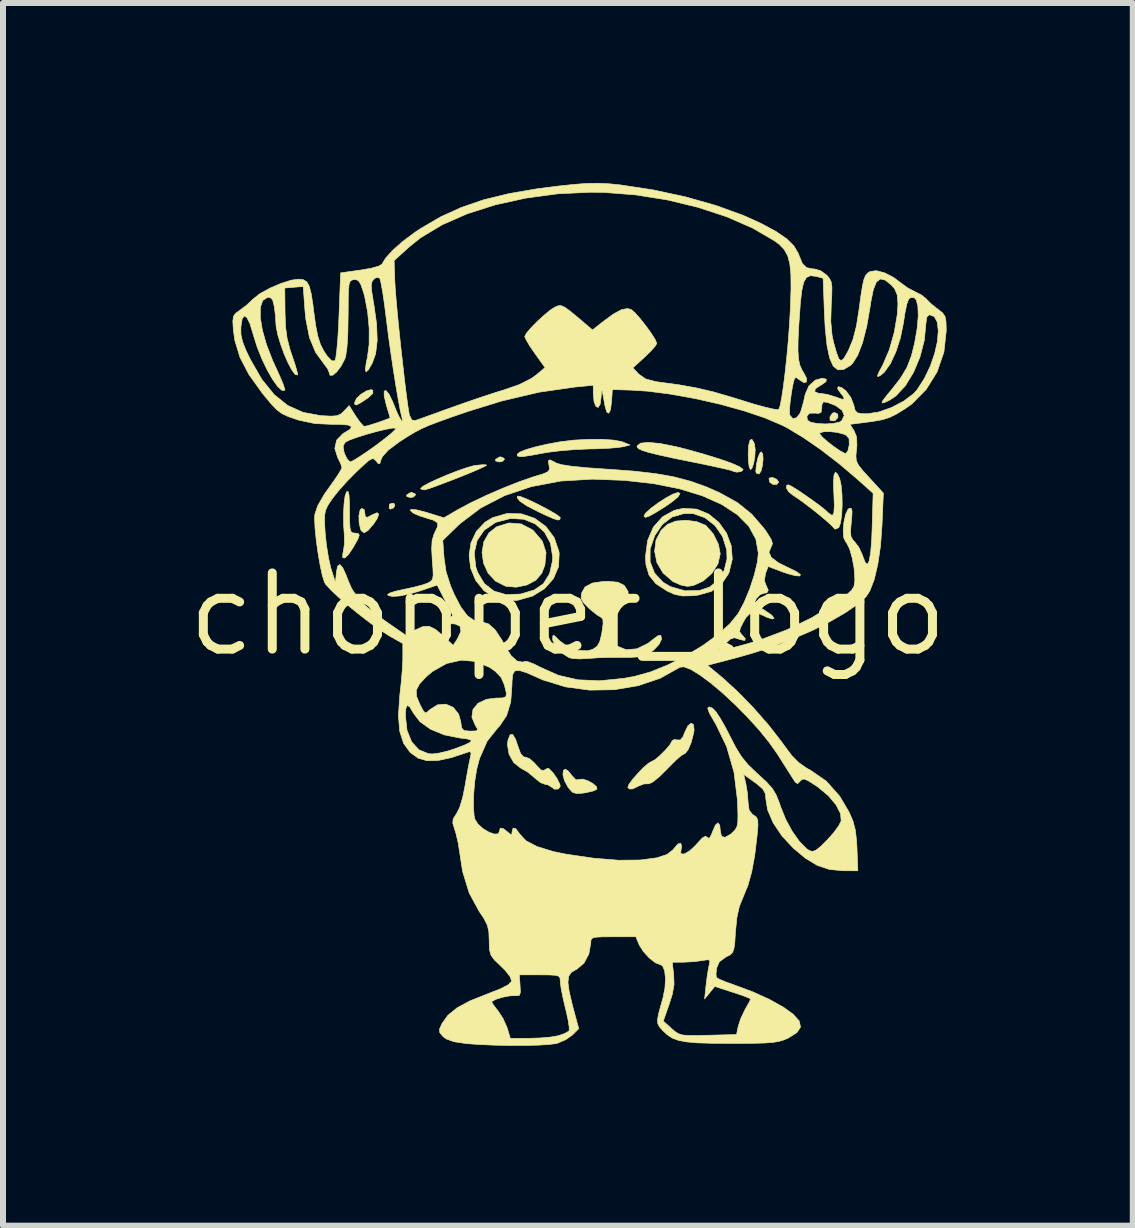
<source format=kicad_pcb>
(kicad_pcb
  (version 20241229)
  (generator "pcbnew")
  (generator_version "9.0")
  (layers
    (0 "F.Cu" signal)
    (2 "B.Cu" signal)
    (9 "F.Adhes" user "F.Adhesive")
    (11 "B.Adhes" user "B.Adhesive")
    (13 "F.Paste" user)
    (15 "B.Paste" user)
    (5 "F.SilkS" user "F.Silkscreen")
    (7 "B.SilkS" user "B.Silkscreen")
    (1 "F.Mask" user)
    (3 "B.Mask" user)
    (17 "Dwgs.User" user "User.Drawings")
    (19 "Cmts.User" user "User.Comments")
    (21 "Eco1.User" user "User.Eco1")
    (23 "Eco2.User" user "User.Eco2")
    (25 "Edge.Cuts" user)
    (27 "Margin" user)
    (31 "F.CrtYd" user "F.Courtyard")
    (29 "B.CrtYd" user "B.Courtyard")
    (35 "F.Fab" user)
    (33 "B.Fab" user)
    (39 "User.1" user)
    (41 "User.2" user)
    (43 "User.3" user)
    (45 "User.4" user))
  (footprint "chopper_logo"
    (layer "F.Cu")
    (at 6.418 7.192)
    (property "Reference" "chopper_logo" (at 0 0 0) (layer "F.SilkS") (effects (font (size 1.27 1.27) (thickness 0.15))))
    (attr through_hole)
    (fp_poly (pts (xy -2.885 -1.812) (xy -2.908 -1.774) (xy -2.962 -1.753) (xy -2.98 -1.771) (xy -2.977 -1.829) (xy -2.961 -1.843) (xy -2.901 -1.853) (xy -2.885 -1.812)) (stroke (width 0.01) (type solid)) (fill yes) (layer "F.SilkS"))
    (fp_poly (pts (xy -2.546 -2.008) (xy -2.54 -1.99) (xy -2.576 -1.956) (xy -2.627 -1.947) (xy -2.686 -1.964) (xy -2.688 -1.99) (xy -2.627 -2.029) (xy -2.601 -2.032) (xy -2.546 -2.008)) (stroke (width 0.01) (type solid)) (fill yes) (layer "F.SilkS"))
    (fp_poly (pts (xy -1.065 -2.601) (xy -1.058 -2.582) (xy -1.094 -2.548) (xy -1.145 -2.54) (xy -1.204 -2.556) (xy -1.206 -2.582) (xy -1.145 -2.621) (xy -1.119 -2.625) (xy -1.065 -2.601)) (stroke (width 0.01) (type solid)) (fill yes) (layer "F.SilkS"))
    (fp_poly (pts (xy 4.499 -3.339) (xy 4.503 -3.283) (xy 4.459 -3.234) (xy 4.431 -3.225) (xy 4.372 -3.233) (xy 4.368 -3.288) (xy 4.409 -3.353) (xy 4.446 -3.365) (xy 4.499 -3.339)) (stroke (width 0.01) (type solid)) (fill yes) (layer "F.SilkS"))
    (fp_poly (pts (xy 3.483 -2.25) (xy 3.514 -2.203) (xy 3.483 -2.165) (xy 3.419 -2.165) (xy 3.364 -2.203) (xy 3.364 -2.204) (xy 3.353 -2.262) (xy 3.359 -2.273) (xy 3.416 -2.281) (xy 3.483 -2.25)) (stroke (width 0.01) (type solid)) (fill yes) (layer "F.SilkS"))
    (fp_poly (pts (xy -3.253 -3.736) (xy -3.252 -3.683) (xy -3.33 -3.61) (xy -3.452 -3.529) (xy -3.52 -3.492) (xy -3.55 -3.495) (xy -3.556 -3.529) (xy -3.525 -3.597) (xy -3.451 -3.668) (xy -3.361 -3.724) (xy -3.282 -3.746) (xy -3.253 -3.736)) (stroke (width 0.01) (type solid)) (fill yes) (layer "F.SilkS"))
    (fp_poly (pts (xy 3.249 -2.674) (xy 3.254 -2.588) (xy 3.244 -2.483) (xy 3.221 -2.39) (xy 3.188 -2.34) (xy 3.186 -2.339) (xy 3.139 -2.356) (xy 3.133 -2.383) (xy 3.143 -2.498) (xy 3.169 -2.611) (xy 3.202 -2.69) (xy 3.225 -2.709) (xy 3.249 -2.674)) (stroke (width 0.01) (type solid)) (fill yes) (layer "F.SilkS"))
    (fp_poly (pts (xy 3.104 -2.859) (xy 3.112 -2.835) (xy 3.123 -2.743) (xy 3.116 -2.625) (xy 3.096 -2.512) (xy 3.067 -2.433) (xy 3.044 -2.413) (xy 3.024 -2.451) (xy 3.01 -2.551) (xy 3.006 -2.667) (xy 3.014 -2.816) (xy 3.036 -2.902) (xy 3.067 -2.919) (xy 3.104 -2.859)) (stroke (width 0.01) (type solid)) (fill yes) (layer "F.SilkS"))
    (fp_poly (pts (xy 1.87 -2.012) (xy 1.835 -1.958) (xy 1.741 -1.878) (xy 1.623 -1.796) (xy 1.459 -1.694) (xy 1.353 -1.636) (xy 1.294 -1.616) (xy 1.271 -1.631) (xy 1.27 -1.644) (xy 1.304 -1.696) (xy 1.391 -1.773) (xy 1.509 -1.86) (xy 1.637 -1.942) (xy 1.752 -2.004) (xy 1.834 -2.032) (xy 1.839 -2.032) (xy 1.87 -2.012)) (stroke (width 0.01) (type solid)) (fill yes) (layer "F.SilkS"))
    (fp_poly (pts (xy -3.397 -1.748) (xy -3.387 -1.697) (xy -3.378 -1.626) (xy -3.341 -1.617) (xy -3.261 -1.66) (xy -3.181 -1.694) (xy -3.153 -1.67) (xy -3.18 -1.595) (xy -3.239 -1.506) (xy -3.334 -1.396) (xy -3.399 -1.359) (xy -3.443 -1.391) (xy -3.456 -1.417) (xy -3.481 -1.528) (xy -3.484 -1.645) (xy -3.465 -1.736) (xy -3.44 -1.766) (xy -3.397 -1.748)) (stroke (width 0.01) (type solid)) (fill yes) (layer "F.SilkS"))
    (fp_poly (pts (xy -0.791 -1.964) (xy -0.693 -1.925) (xy -0.562 -1.865) (xy -0.42 -1.793) (xy -0.287 -1.721) (xy -0.183 -1.659) (xy -0.13 -1.617) (xy -0.127 -1.61) (xy -0.135 -1.579) (xy -0.167 -1.572) (xy -0.238 -1.594) (xy -0.36 -1.647) (xy -0.494 -1.71) (xy -0.69 -1.812) (xy -0.806 -1.89) (xy -0.847 -1.948) (xy -0.837 -1.971) (xy -0.791 -1.964)) (stroke (width 0.01) (type solid)) (fill yes) (layer "F.SilkS"))
    (fp_poly (pts (xy -0.78 -1.507) (xy -0.597 -1.412) (xy -0.574 -1.393) (xy -0.427 -1.221) (xy -0.364 -1.031) (xy -0.383 -0.823) (xy -0.436 -0.684) (xy -0.534 -0.569) (xy -0.686 -0.488) (xy -0.864 -0.452) (xy -1.039 -0.469) (xy -1.208 -0.554) (xy -1.332 -0.689) (xy -1.407 -0.855) (xy -1.431 -1.034) (xy -1.402 -1.208) (xy -1.316 -1.358) (xy -1.187 -1.46) (xy -0.982 -1.523) (xy -0.78 -1.507)) (stroke (width 0.01) (type solid)) (fill yes) (layer "F.SilkS"))
    (fp_poly (pts (xy 0.007 2.614) (xy 0.068 2.689) (xy 0.133 2.76) (xy 0.188 2.754) (xy 0.246 2.747) (xy 0.331 2.774) (xy 0.416 2.821) (xy 0.477 2.873) (xy 0.485 2.916) (xy 0.482 2.918) (xy 0.419 2.946) (xy 0.308 2.972) (xy 0.267 2.979) (xy 0.15 2.99) (xy 0.078 2.968) (xy 0.015 2.899) (xy 0.003 2.883) (xy -0.056 2.775) (xy -0.083 2.673) (xy -0.075 2.601) (xy -0.043 2.582) (xy 0.007 2.614)) (stroke (width 0.01) (type solid)) (fill yes) (layer "F.SilkS"))
    (fp_poly (pts (xy -1.362 -2.492) (xy -1.356 -2.484) (xy -1.406 -2.457) (xy -1.516 -2.407) (xy -1.668 -2.343) (xy -1.843 -2.273) (xy -2.021 -2.204) (xy -2.184 -2.143) (xy -2.312 -2.097) (xy -2.388 -2.075) (xy -2.396 -2.074) (xy -2.45 -2.088) (xy -2.455 -2.098) (xy -2.418 -2.133) (xy -2.32 -2.187) (xy -2.18 -2.253) (xy -2.016 -2.323) (xy -1.848 -2.389) (xy -1.693 -2.443) (xy -1.572 -2.477) (xy -1.538 -2.483) (xy -1.426 -2.494) (xy -1.362 -2.492)) (stroke (width 0.01) (type solid)) (fill yes) (layer "F.SilkS"))
    (fp_poly (pts (xy 2.147 -1.545) (xy 2.29 -1.487) (xy 2.307 -1.475) (xy 2.425 -1.34) (xy 2.51 -1.167) (xy 2.54 -1.006) (xy 2.501 -0.839) (xy 2.4 -0.682) (xy 2.255 -0.555) (xy 2.089 -0.479) (xy 1.99 -0.466) (xy 1.883 -0.488) (xy 1.76 -0.542) (xy 1.746 -0.55) (xy 1.586 -0.689) (xy 1.485 -0.861) (xy 1.446 -1.05) (xy 1.469 -1.237) (xy 1.556 -1.403) (xy 1.66 -1.5) (xy 1.796 -1.554) (xy 1.97 -1.568) (xy 2.147 -1.545)) (stroke (width 0.01) (type solid)) (fill yes) (layer "F.SilkS"))
    (fp_poly (pts (xy 0.757 -2.905) (xy 0.896 -2.88) (xy 0.918 -2.872) (xy 1.037 -2.823) (xy 0.91 -2.792) (xy 0.814 -2.779) (xy 0.658 -2.767) (xy 0.468 -2.759) (xy 0.353 -2.757) (xy 0.121 -2.747) (xy -0.125 -2.727) (xy -0.343 -2.7) (xy -0.409 -2.688) (xy -0.605 -2.652) (xy -0.732 -2.632) (xy -0.806 -2.629) (xy -0.839 -2.64) (xy -0.847 -2.666) (xy -0.807 -2.702) (xy -0.7 -2.745) (xy -0.54 -2.792) (xy -0.344 -2.837) (xy -0.127 -2.877) (xy 0.098 -2.904) (xy 0.335 -2.917) (xy 0.563 -2.918) (xy 0.757 -2.905)) (stroke (width 0.01) (type solid)) (fill yes) (layer "F.SilkS"))
    (fp_poly (pts (xy -3.649 -1.985) (xy -3.642 -1.854) (xy -3.641 -1.723) (xy -3.639 -1.546) (xy -3.632 -1.436) (xy -3.616 -1.379) (xy -3.586 -1.357) (xy -3.556 -1.355) (xy -3.497 -1.349) (xy -3.478 -1.321) (xy -3.501 -1.254) (xy -3.568 -1.134) (xy -3.579 -1.115) (xy -3.658 -0.997) (xy -3.719 -0.939) (xy -3.754 -0.943) (xy -3.753 -1.012) (xy -3.744 -1.048) (xy -3.725 -1.174) (xy -3.727 -1.312) (xy -3.739 -1.488) (xy -3.741 -1.672) (xy -3.732 -1.84) (xy -3.715 -1.971) (xy -3.69 -2.042) (xy -3.688 -2.044) (xy -3.664 -2.045) (xy -3.649 -1.985)) (stroke (width 0.01) (type solid)) (fill yes) (layer "F.SilkS"))
    (fp_poly (pts (xy 1.542 -2.847) (xy 1.802 -2.795) (xy 1.968 -2.754) (xy 2.277 -2.667) (xy 2.534 -2.588) (xy 2.732 -2.518) (xy 2.863 -2.46) (xy 2.919 -2.417) (xy 2.921 -2.41) (xy 2.887 -2.38) (xy 2.815 -2.37) (xy 2.752 -2.385) (xy 2.746 -2.39) (xy 2.7 -2.405) (xy 2.585 -2.432) (xy 2.417 -2.469) (xy 2.209 -2.513) (xy 2.072 -2.54) (xy 1.762 -2.603) (xy 1.526 -2.655) (xy 1.356 -2.696) (xy 1.243 -2.731) (xy 1.178 -2.762) (xy 1.154 -2.791) (xy 1.155 -2.809) (xy 1.213 -2.854) (xy 1.344 -2.867) (xy 1.542 -2.847)) (stroke (width 0.01) (type solid)) (fill yes) (layer "F.SilkS"))
    (fp_poly (pts (xy -0.872 2.083) (xy -0.836 2.191) (xy -0.788 2.321) (xy -0.739 2.377) (xy -0.711 2.38) (xy -0.644 2.404) (xy -0.559 2.476) (xy -0.533 2.507) (xy -0.451 2.594) (xy -0.4 2.606) (xy -0.39 2.595) (xy -0.337 2.566) (xy -0.314 2.574) (xy -0.248 2.641) (xy -0.18 2.74) (xy -0.134 2.833) (xy -0.127 2.867) (xy -0.158 2.912) (xy -0.222 2.916) (xy -0.275 2.879) (xy -0.335 2.842) (xy -0.376 2.836) (xy -0.454 2.807) (xy -0.545 2.736) (xy -0.554 2.727) (xy -0.667 2.632) (xy -0.789 2.562) (xy -0.903 2.472) (xy -0.981 2.332) (xy -1.008 2.173) (xy -0.998 2.093) (xy -0.962 2.007) (xy -0.92 2.004) (xy -0.872 2.083)) (stroke (width 0.01) (type solid)) (fill yes) (layer "F.SilkS"))
    (fp_poly (pts (xy 4.497 -2.336) (xy 4.531 -2.262) (xy 4.556 -2.149) (xy 4.57 -1.995) (xy 4.573 -1.823) (xy 4.565 -1.658) (xy 4.546 -1.525) (xy 4.518 -1.448) (xy 4.513 -1.443) (xy 4.456 -1.419) (xy 4.439 -1.434) (xy 4.399 -1.479) (xy 4.309 -1.56) (xy 4.187 -1.663) (xy 4.049 -1.772) (xy 3.915 -1.874) (xy 3.801 -1.954) (xy 3.758 -1.981) (xy 3.68 -2.044) (xy 3.641 -2.109) (xy 3.649 -2.152) (xy 3.676 -2.159) (xy 3.727 -2.136) (xy 3.825 -2.075) (xy 3.951 -1.99) (xy 4.085 -1.896) (xy 4.208 -1.806) (xy 4.299 -1.733) (xy 4.338 -1.694) (xy 4.397 -1.653) (xy 4.411 -1.651) (xy 4.434 -1.689) (xy 4.442 -1.806) (xy 4.435 -2.004) (xy 4.434 -2.011) (xy 4.428 -2.204) (xy 4.437 -2.325) (xy 4.461 -2.37) (xy 4.497 -2.336)) (stroke (width 0.01) (type solid)) (fill yes) (layer "F.SilkS"))
    (fp_poly (pts (xy 2.095 1.839) (xy 2.104 1.93) (xy 2.098 1.972) (xy 2.057 2.134) (xy 2.005 2.257) (xy 1.952 2.323) (xy 1.934 2.328) (xy 1.887 2.357) (xy 1.799 2.434) (xy 1.687 2.545) (xy 1.646 2.588) (xy 1.521 2.71) (xy 1.418 2.794) (xy 1.352 2.826) (xy 1.344 2.825) (xy 1.267 2.828) (xy 1.183 2.861) (xy 1.082 2.91) (xy 1.027 2.913) (xy 0.999 2.886) (xy 1.015 2.84) (xy 1.075 2.757) (xy 1.161 2.658) (xy 1.254 2.561) (xy 1.338 2.487) (xy 1.392 2.455) (xy 1.394 2.455) (xy 1.449 2.426) (xy 1.535 2.354) (xy 1.626 2.263) (xy 1.701 2.176) (xy 1.735 2.116) (xy 1.736 2.112) (xy 1.768 2.088) (xy 1.817 2.094) (xy 1.877 2.095) (xy 1.921 2.038) (xy 1.947 1.97) (xy 2.001 1.859) (xy 2.055 1.815) (xy 2.095 1.839)) (stroke (width 0.01) (type solid)) (fill yes) (layer "F.SilkS"))
    (fp_poly (pts (xy -0.773 -1.675) (xy -0.555 -1.601) (xy -0.369 -1.467) (xy -0.229 -1.28) (xy -0.15 -1.048) (xy -0.145 -1.015) (xy -0.156 -0.795) (xy -0.24 -0.596) (xy -0.387 -0.429) (xy -0.587 -0.305) (xy -0.829 -0.236) (xy -0.876 -0.23) (xy -1.062 -0.232) (xy -1.207 -0.268) (xy -1.401 -0.396) (xy -1.539 -0.568) (xy -1.621 -0.769) (xy -1.647 -0.981) (xy -1.641 -1.024) (xy -1.561 -1.024) (xy -1.536 -0.793) (xy -1.506 -0.702) (xy -1.394 -0.513) (xy -1.232 -0.387) (xy -1.028 -0.328) (xy -0.791 -0.338) (xy -0.562 -0.405) (xy -0.409 -0.511) (xy -0.305 -0.677) (xy -0.257 -0.892) (xy -0.254 -0.957) (xy -0.29 -1.185) (xy -0.391 -1.371) (xy -0.544 -1.507) (xy -0.735 -1.585) (xy -0.954 -1.598) (xy -1.187 -1.538) (xy -1.214 -1.527) (xy -1.396 -1.402) (xy -1.513 -1.231) (xy -1.561 -1.024) (xy -1.641 -1.024) (xy -1.616 -1.191) (xy -1.527 -1.382) (xy -1.379 -1.538) (xy -1.253 -1.613) (xy -1.011 -1.682) (xy -0.773 -1.675)) (stroke (width 0.01) (type solid)) (fill yes) (layer "F.SilkS"))
    (fp_poly (pts (xy 2.147 -1.754) (xy 2.348 -1.671) (xy 2.517 -1.532) (xy 2.646 -1.351) (xy 2.723 -1.144) (xy 2.741 -0.922) (xy 2.688 -0.702) (xy 2.673 -0.669) (xy 2.556 -0.496) (xy 2.394 -0.383) (xy 2.175 -0.321) (xy 2.082 -0.31) (xy 1.913 -0.306) (xy 1.779 -0.332) (xy 1.653 -0.389) (xy 1.467 -0.51) (xy 1.354 -0.65) (xy 1.301 -0.828) (xy 1.294 -0.965) (xy 1.31 -1.088) (xy 1.371 -1.088) (xy 1.371 -0.876) (xy 1.445 -0.687) (xy 1.587 -0.534) (xy 1.707 -0.463) (xy 1.952 -0.392) (xy 2.194 -0.398) (xy 2.359 -0.452) (xy 2.502 -0.563) (xy 2.604 -0.729) (xy 2.653 -0.925) (xy 2.648 -1.075) (xy 2.578 -1.298) (xy 2.452 -1.48) (xy 2.284 -1.611) (xy 2.089 -1.679) (xy 1.935 -1.68) (xy 1.734 -1.621) (xy 1.574 -1.498) (xy 1.447 -1.31) (xy 1.371 -1.088) (xy 1.31 -1.088) (xy 1.329 -1.231) (xy 1.425 -1.454) (xy 1.577 -1.625) (xy 1.774 -1.734) (xy 1.924 -1.767) (xy 2.147 -1.754)) (stroke (width 0.01) (type solid)) (fill yes) (layer "F.SilkS"))
    (fp_poly (pts (xy 0.835 -0.535) (xy 0.935 -0.484) (xy 0.946 -0.473) (xy 1.004 -0.379) (xy 1.001 -0.283) (xy 0.932 -0.166) (xy 0.868 -0.09) (xy 0.774 0.028) (xy 0.73 0.134) (xy 0.72 0.267) (xy 0.73 0.404) (xy 0.769 0.487) (xy 0.814 0.527) (xy 0.972 0.59) (xy 1.15 0.575) (xy 1.333 0.486) (xy 1.429 0.411) (xy 1.502 0.357) (xy 1.548 0.349) (xy 1.549 0.349) (xy 1.562 0.415) (xy 1.517 0.505) (xy 1.429 0.597) (xy 1.375 0.636) (xy 1.279 0.684) (xy 1.171 0.71) (xy 1.023 0.719) (xy 0.9 0.718) (xy 0.701 0.718) (xy 0.498 0.725) (xy 0.339 0.736) (xy 0.192 0.744) (xy 0.07 0.736) (xy 0.021 0.723) (xy -0.107 0.642) (xy -0.206 0.535) (xy -0.253 0.428) (xy -0.254 0.412) (xy -0.25 0.355) (xy -0.228 0.353) (xy -0.17 0.409) (xy -0.148 0.433) (xy -0.005 0.541) (xy 0.164 0.602) (xy 0.33 0.608) (xy 0.414 0.584) (xy 0.486 0.534) (xy 0.531 0.457) (xy 0.564 0.324) (xy 0.568 0.298) (xy 0.587 0.159) (xy 0.583 0.083) (xy 0.553 0.05) (xy 0.551 0.049) (xy 0.487 0.011) (xy 0.392 -0.065) (xy 0.346 -0.105) (xy 0.255 -0.199) (xy 0.22 -0.273) (xy 0.228 -0.354) (xy 0.287 -0.457) (xy 0.407 -0.521) (xy 0.595 -0.549) (xy 0.674 -0.55) (xy 0.835 -0.535)) (stroke (width 0.01) (type solid)) (fill yes) (layer "F.SilkS"))
    (fp_poly (pts (xy 0.679 -7.179) (xy 0.868 -7.16) (xy 1.417 -7.077) (xy 1.956 -6.961) (xy 2.466 -6.817) (xy 2.927 -6.65) (xy 3.221 -6.517) (xy 3.469 -6.383) (xy 3.648 -6.261) (xy 3.768 -6.142) (xy 3.842 -6.016) (xy 3.856 -5.978) (xy 3.91 -5.847) (xy 3.978 -5.78) (xy 4.082 -5.759) (xy 4.11 -5.758) (xy 4.216 -5.727) (xy 4.317 -5.653) (xy 4.363 -5.597) (xy 4.391 -5.538) (xy 4.402 -5.455) (xy 4.4 -5.326) (xy 4.391 -5.164) (xy 4.383 -4.883) (xy 4.404 -4.656) (xy 4.427 -4.544) (xy 4.478 -4.362) (xy 4.518 -4.258) (xy 4.557 -4.228) (xy 4.602 -4.267) (xy 4.662 -4.371) (xy 4.68 -4.406) (xy 4.754 -4.586) (xy 4.811 -4.809) (xy 4.854 -5.08) (xy 4.885 -5.312) (xy 4.911 -5.474) (xy 4.935 -5.582) (xy 4.962 -5.648) (xy 4.997 -5.689) (xy 5.04 -5.716) (xy 5.142 -5.729) (xy 5.281 -5.693) (xy 5.431 -5.616) (xy 5.546 -5.529) (xy 5.664 -5.443) (xy 5.791 -5.377) (xy 5.901 -5.32) (xy 5.978 -5.256) (xy 5.981 -5.252) (xy 6.049 -5.182) (xy 6.151 -5.1) (xy 6.17 -5.086) (xy 6.246 -5.027) (xy 6.287 -4.967) (xy 6.304 -4.879) (xy 6.308 -4.735) (xy 6.308 -4.724) (xy 6.269 -4.372) (xy 6.156 -4.043) (xy 5.976 -3.752) (xy 5.737 -3.509) (xy 5.623 -3.428) (xy 5.484 -3.342) (xy 5.367 -3.284) (xy 5.246 -3.245) (xy 5.09 -3.217) (xy 4.923 -3.195) (xy 4.702 -3.167) (xy 4.77 -3.064) (xy 4.813 -2.959) (xy 4.819 -2.818) (xy 4.812 -2.748) (xy 4.802 -2.642) (xy 4.809 -2.563) (xy 4.842 -2.491) (xy 4.913 -2.4) (xy 5.024 -2.278) (xy 5.26 -2.021) (xy 5.237 -1.487) (xy 5.212 -1.14) (xy 5.167 -0.834) (xy 5.107 -0.579) (xy 5.033 -0.387) (xy 4.97 -0.292) (xy 4.828 -0.165) (xy 4.621 -0.024) (xy 4.367 0.123) (xy 4.083 0.266) (xy 3.785 0.395) (xy 3.738 0.413) (xy 3.497 0.504) (xy 3.295 0.577) (xy 3.105 0.639) (xy 2.899 0.699) (xy 2.651 0.766) (xy 2.508 0.803) (xy 2.328 0.85) (xy 2.572 1.053) (xy 2.826 1.284) (xy 3.095 1.56) (xy 3.351 1.853) (xy 3.57 2.135) (xy 3.601 2.179) (xy 3.73 2.352) (xy 3.848 2.472) (xy 3.979 2.564) (xy 4.044 2.599) (xy 4.309 2.782) (xy 4.532 3.033) (xy 4.69 3.301) (xy 4.753 3.448) (xy 4.792 3.595) (xy 4.813 3.776) (xy 4.82 3.905) (xy 4.834 4.276) (xy 4.587 4.275) (xy 4.362 4.254) (xy 4.159 4.187) (xy 3.957 4.064) (xy 3.76 3.9) (xy 3.57 3.696) (xy 3.423 3.477) (xy 3.33 3.262) (xy 3.302 3.089) (xy 3.292 2.99) (xy 3.251 2.914) (xy 3.16 2.834) (xy 3.116 2.802) (xy 2.93 2.668) (xy 2.967 2.826) (xy 2.993 2.982) (xy 3.005 3.139) (xy 3.005 3.142) (xy 3.022 3.267) (xy 3.08 3.338) (xy 3.095 3.347) (xy 3.142 3.38) (xy 3.165 3.429) (xy 3.169 3.517) (xy 3.157 3.664) (xy 3.156 3.676) (xy 3.115 4.02) (xy 3.064 4.297) (xy 3.001 4.522) (xy 2.928 4.699) (xy 2.859 4.869) (xy 2.818 5.052) (xy 2.795 5.283) (xy 2.794 5.292) (xy 2.783 5.467) (xy 2.768 5.576) (xy 2.744 5.641) (xy 2.703 5.679) (xy 2.639 5.71) (xy 2.525 5.793) (xy 2.481 5.895) (xy 2.469 5.995) (xy 2.477 6.055) (xy 2.525 6.084) (xy 2.632 6.129) (xy 2.775 6.18) (xy 2.784 6.183) (xy 3.082 6.294) (xy 3.358 6.419) (xy 3.593 6.55) (xy 3.754 6.666) (xy 3.857 6.78) (xy 3.879 6.881) (xy 3.819 6.973) (xy 3.676 7.063) (xy 3.668 7.067) (xy 3.595 7.098) (xy 3.517 7.121) (xy 3.42 7.137) (xy 3.288 7.147) (xy 3.109 7.152) (xy 2.866 7.154) (xy 2.716 7.154) (xy 2.403 7.152) (xy 2.161 7.145) (xy 1.979 7.129) (xy 1.842 7.103) (xy 1.738 7.064) (xy 1.654 7.008) (xy 1.577 6.935) (xy 1.572 6.929) (xy 1.525 6.875) (xy 1.499 6.826) (xy 1.495 6.782) (xy 1.59 6.782) (xy 1.728 6.906) (xy 1.791 6.96) (xy 1.849 6.995) (xy 1.92 7.015) (xy 2.023 7.022) (xy 2.178 7.022) (xy 2.339 7.018) (xy 2.812 7.006) (xy 2.839 6.872) (xy 2.88 6.745) (xy 2.945 6.606) (xy 2.957 6.583) (xy 3.013 6.485) (xy 3.045 6.422) (xy 3.048 6.414) (xy 3.011 6.394) (xy 2.913 6.356) (xy 2.774 6.309) (xy 2.748 6.301) (xy 2.449 6.204) (xy 2.364 6.309) (xy 2.279 6.413) (xy 2.304 6.181) (xy 2.323 6.029) (xy 2.345 5.898) (xy 2.356 5.846) (xy 2.368 5.778) (xy 2.338 5.758) (xy 2.247 5.771) (xy 2.245 5.772) (xy 2.109 5.79) (xy 1.952 5.799) (xy 1.923 5.8) (xy 1.74 5.8) (xy 1.764 6.009) (xy 1.77 6.169) (xy 1.741 6.335) (xy 1.689 6.5) (xy 1.59 6.782) (xy 1.495 6.782) (xy 1.494 6.762) (xy 1.511 6.665) (xy 1.551 6.516) (xy 1.585 6.396) (xy 1.618 6.232) (xy 1.627 6.074) (xy 1.613 5.943) (xy 1.578 5.86) (xy 1.543 5.842) (xy 1.46 5.81) (xy 1.356 5.729) (xy 1.258 5.621) (xy 1.189 5.512) (xy 1.186 5.504) (xy 1.133 5.376) (xy 0.757 5.376) (xy 0.578 5.377) (xy 0.467 5.383) (xy 0.409 5.398) (xy 0.385 5.427) (xy 0.381 5.475) (xy 0.381 5.484) (xy 0.35 5.662) (xy 0.268 5.816) (xy 0.149 5.917) (xy 0.132 5.925) (xy 0.056 5.969) (xy 0.013 6.035) (xy 0.001 6.136) (xy 0.021 6.285) (xy 0.07 6.496) (xy 0.09 6.573) (xy 0.181 6.908) (xy 0.076 7.013) (xy -0.038 7.093) (xy -0.177 7.152) (xy -0.194 7.156) (xy -0.313 7.172) (xy -0.497 7.183) (xy -0.725 7.188) (xy -0.979 7.188) (xy -1.238 7.183) (xy -1.483 7.172) (xy -1.693 7.157) (xy -1.706 7.155) (xy -1.9 7.126) (xy -2.026 7.08) (xy -2.081 7.04) (xy -2.136 6.975) (xy -2.141 6.917) (xy -2.1 6.825) (xy -2.099 6.823) (xy -1.999 6.684) (xy -1.846 6.56) (xy -1.667 6.464) (xy -1.27 6.464) (xy -1.245 6.507) (xy -1.184 6.588) (xy -1.165 6.61) (xy -1.082 6.738) (xy -1.016 6.885) (xy -1.01 6.902) (xy -0.96 7.07) (xy -0.639 7.069) (xy -0.457 7.063) (xy -0.286 7.048) (xy -0.162 7.026) (xy -0.16 7.026) (xy -0.053 6.988) (xy 0.015 6.95) (xy 0.021 6.943) (xy 0.022 6.886) (xy 0.005 6.77) (xy -0.029 6.617) (xy -0.041 6.567) (xy -0.082 6.394) (xy -0.112 6.241) (xy -0.126 6.135) (xy -0.127 6.121) (xy -0.13 6.067) (xy -0.151 6.034) (xy -0.207 6.018) (xy -0.316 6.012) (xy -0.469 6.011) (xy -0.81 6.011) (xy -0.797 6.191) (xy -0.792 6.303) (xy -0.809 6.353) (xy -0.857 6.36) (xy -0.88 6.358) (xy -0.967 6.361) (xy -1.08 6.382) (xy -1.187 6.414) (xy -1.257 6.447) (xy -1.27 6.464) (xy -1.667 6.464) (xy -1.628 6.443) (xy -1.347 6.331) (xy -1.132 6.247) (xy -0.997 6.178) (xy -0.94 6.123) (xy -0.938 6.117) (xy -0.961 6.044) (xy -1.044 5.938) (xy -1.118 5.865) (xy -1.225 5.762) (xy -1.283 5.683) (xy -1.307 5.594) (xy -1.312 5.464) (xy -1.312 5.438) (xy -1.318 5.293) (xy -1.343 5.182) (xy -1.401 5.069) (xy -1.481 4.949) (xy -1.645 4.647) (xy -1.756 4.286) (xy -1.803 3.979) (xy -1.829 3.813) (xy -1.866 3.654) (xy -1.886 3.591) (xy -1.919 3.483) (xy -1.913 3.411) (xy -1.863 3.333) (xy -1.859 3.328) (xy -1.804 3.219) (xy -1.797 3.197) (xy -1.575 3.197) (xy -1.564 3.354) (xy -1.551 3.415) (xy -1.5 3.497) (xy -1.415 3.573) (xy -1.317 3.632) (xy -1.226 3.664) (xy -1.161 3.66) (xy -1.143 3.622) (xy -1.127 3.564) (xy -1.074 3.574) (xy -1.009 3.626) (xy -0.951 3.673) (xy -0.933 3.66) (xy -0.931 3.626) (xy -0.914 3.564) (xy -0.87 3.573) (xy -0.811 3.651) (xy -0.805 3.661) (xy -0.699 3.775) (xy -0.511 3.873) (xy -0.243 3.955) (xy -0.042 3.997) (xy 0.426 4.066) (xy 0.845 4.1) (xy 1.206 4.096) (xy 1.481 4.06) (xy 1.653 4.004) (xy 1.756 3.923) (xy 1.763 3.912) (xy 1.832 3.831) (xy 1.881 3.816) (xy 1.896 3.867) (xy 1.889 3.912) (xy 1.88 3.984) (xy 1.918 3.998) (xy 1.949 3.991) (xy 2.027 3.946) (xy 2.123 3.858) (xy 2.161 3.815) (xy 2.245 3.725) (xy 2.296 3.699) (xy 2.325 3.72) (xy 2.356 3.736) (xy 2.391 3.679) (xy 2.411 3.625) (xy 2.46 3.513) (xy 2.503 3.476) (xy 2.532 3.516) (xy 2.54 3.598) (xy 2.559 3.697) (xy 2.616 3.721) (xy 2.71 3.668) (xy 2.749 3.634) (xy 2.792 3.589) (xy 2.819 3.538) (xy 2.833 3.464) (xy 2.835 3.348) (xy 2.83 3.172) (xy 2.826 3.094) (xy 2.77 2.634) (xy 2.646 2.204) (xy 2.461 1.821) (xy 2.44 1.788) (xy 2.358 1.645) (xy 2.331 1.565) (xy 2.358 1.544) (xy 2.413 1.566) (xy 2.466 1.622) (xy 2.542 1.736) (xy 2.63 1.891) (xy 2.693 2.013) (xy 2.799 2.22) (xy 2.895 2.374) (xy 3.002 2.505) (xy 3.141 2.639) (xy 3.171 2.666) (xy 3.314 2.798) (xy 3.409 2.905) (xy 3.474 3.013) (xy 3.527 3.147) (xy 3.548 3.211) (xy 3.631 3.417) (xy 3.739 3.616) (xy 3.86 3.787) (xy 3.978 3.907) (xy 4.024 3.938) (xy 4.076 3.954) (xy 4.134 3.934) (xy 4.215 3.87) (xy 4.319 3.767) (xy 4.429 3.644) (xy 4.514 3.528) (xy 4.556 3.446) (xy 4.546 3.323) (xy 4.472 3.178) (xy 4.343 3.025) (xy 4.171 2.881) (xy 4.142 2.861) (xy 4.019 2.782) (xy 3.946 2.747) (xy 3.902 2.752) (xy 3.872 2.782) (xy 3.831 2.823) (xy 3.793 2.801) (xy 3.758 2.748) (xy 3.706 2.665) (xy 3.623 2.535) (xy 3.526 2.382) (xy 3.498 2.337) (xy 3.357 2.137) (xy 3.186 1.926) (xy 2.994 1.714) (xy 2.79 1.508) (xy 2.585 1.317) (xy 2.387 1.15) (xy 2.206 1.015) (xy 2.052 0.92) (xy 1.934 0.875) (xy 1.866 0.883) (xy 1.542 1.065) (xy 1.172 1.19) (xy 0.774 1.257) (xy 0.364 1.264) (xy -0.039 1.21) (xy -0.419 1.093) (xy -0.502 1.056) (xy -0.687 0.974) (xy -0.81 0.936) (xy -0.883 0.943) (xy -0.919 1.001) (xy -0.931 1.111) (xy -0.932 1.175) (xy -0.953 1.462) (xy -1.021 1.687) (xy -1.137 1.86) (xy -1.164 1.887) (xy -1.346 2.115) (xy -1.474 2.407) (xy -1.521 2.587) (xy -1.553 2.787) (xy -1.571 2.999) (xy -1.575 3.197) (xy -1.797 3.197) (xy -1.752 3.045) (xy -1.717 2.87) (xy -1.686 2.69) (xy -1.656 2.527) (xy -1.632 2.412) (xy -1.628 2.395) (xy -1.613 2.311) (xy -1.636 2.289) (xy -1.655 2.294) (xy -1.941 2.389) (xy -2.168 2.438) (xy -2.349 2.441) (xy -2.496 2.398) (xy -2.622 2.309) (xy -2.628 2.304) (xy -2.739 2.152) (xy -2.804 1.948) (xy -2.825 1.69) (xy -2.709 1.69) (xy -2.682 1.934) (xy -2.605 2.126) (xy -2.485 2.258) (xy -2.326 2.323) (xy -2.261 2.328) (xy -2.143 2.313) (xy -1.987 2.275) (xy -1.875 2.238) (xy -1.709 2.174) (xy -1.622 2.13) (xy -1.612 2.1) (xy -1.676 2.078) (xy -1.802 2.062) (xy -2.062 2.01) (xy -2.29 1.916) (xy -2.468 1.789) (xy -2.573 1.651) (xy -2.636 1.543) (xy -2.679 1.518) (xy -2.703 1.575) (xy -2.709 1.69) (xy -2.825 1.69) (xy -2.825 1.685) (xy -2.803 1.356) (xy -2.801 1.336) (xy -2.793 1.264) (xy -2.528 1.264) (xy -2.524 1.366) (xy -2.471 1.494) (xy -2.416 1.6) (xy -2.381 1.642) (xy -2.347 1.632) (xy -2.306 1.593) (xy -2.174 1.509) (xy -2.035 1.498) (xy -1.911 1.552) (xy -1.821 1.664) (xy -1.786 1.793) (xy -1.771 1.895) (xy -1.731 1.938) (xy -1.64 1.947) (xy -1.625 1.947) (xy -1.528 1.944) (xy -1.502 1.923) (xy -1.533 1.868) (xy -1.543 1.853) (xy -1.601 1.714) (xy -1.583 1.587) (xy -1.499 1.484) (xy -1.358 1.417) (xy -1.201 1.397) (xy -1.086 1.394) (xy -1.032 1.372) (xy -1.026 1.311) (xy -1.056 1.19) (xy -1.061 1.172) (xy -1.114 1.051) (xy -1.211 0.95) (xy -1.302 0.886) (xy -1.534 0.786) (xy -1.779 0.765) (xy -2.024 0.821) (xy -2.258 0.953) (xy -2.359 1.039) (xy -2.475 1.163) (xy -2.528 1.264) (xy -2.793 1.264) (xy -2.778 1.129) (xy -2.761 0.924) (xy -2.752 0.756) (xy -2.752 0.712) (xy -2.752 0.487) (xy -2.965 0.367) (xy -3.109 0.277) (xy -3.281 0.155) (xy -3.465 0.014) (xy -3.648 -0.134) (xy -3.814 -0.277) (xy -3.948 -0.402) (xy -4.036 -0.498) (xy -4.058 -0.534) (xy -4.094 -0.646) (xy -4.131 -0.818) (xy -4.166 -1.024) (xy -4.196 -1.239) (xy -4.216 -1.439) (xy -4.223 -1.597) (xy -4.22 -1.643) (xy -4.057 -1.643) (xy -4.057 -1.521) (xy -4.046 -1.348) (xy -4.024 -1.144) (xy -3.991 -0.941) (xy -3.954 -0.777) (xy -3.947 -0.755) (xy -3.875 -0.529) (xy -3.861 -0.691) (xy -3.84 -0.802) (xy -3.803 -0.831) (xy -3.755 -0.779) (xy -3.695 -0.648) (xy -3.675 -0.592) (xy -3.605 -0.428) (xy -3.506 -0.281) (xy -3.365 -0.135) (xy -3.168 0.023) (xy -3.013 0.134) (xy -2.701 0.35) (xy -2.54 0.259) (xy -2.418 0.204) (xy -2.315 0.199) (xy -2.209 0.25) (xy -2.077 0.362) (xy -2.068 0.371) (xy -1.913 0.517) (xy -1.842 0.409) (xy -1.784 0.284) (xy -1.798 0.199) (xy -1.882 0.16) (xy -1.949 0.158) (xy -2.044 0.163) (xy -2.065 0.149) (xy -2.023 0.107) (xy -2.008 0.094) (xy -1.92 0.02) (xy -2.18 -0.487) (xy -2.455 -0.393) (xy -2.637 -0.34) (xy -2.799 -0.307) (xy -2.924 -0.298) (xy -2.996 -0.313) (xy -3.006 -0.331) (xy -2.967 -0.356) (xy -2.867 -0.387) (xy -2.73 -0.417) (xy -2.568 -0.452) (xy -2.424 -0.49) (xy -2.344 -0.518) (xy -2.289 -0.547) (xy -2.257 -0.584) (xy -2.246 -0.649) (xy -2.25 -0.763) (xy -2.261 -0.898) (xy -2.271 -1.092) (xy -2.264 -1.227) (xy -2.262 -1.233) (xy -2.086 -1.233) (xy -2.065 -0.945) (xy -2.031 -0.71) (xy -1.956 -0.475) (xy -1.896 -0.334) (xy -1.782 -0.117) (xy -1.673 0.026) (xy -1.56 0.104) (xy -1.437 0.127) (xy -1.326 0.158) (xy -1.216 0.254) (xy -1.103 0.424) (xy -1.043 0.537) (xy -0.945 0.692) (xy -0.845 0.781) (xy -0.751 0.797) (xy -0.722 0.785) (xy -0.666 0.79) (xy -0.562 0.83) (xy -0.457 0.884) (xy -0.155 1.018) (xy 0.17 1.092) (xy 0.529 1.108) (xy 0.935 1.067) (xy 1.11 1.035) (xy 1.379 0.96) (xy 1.67 0.842) (xy 1.965 0.692) (xy 2.248 0.521) (xy 2.5 0.338) (xy 2.703 0.155) (xy 2.839 -0.013) (xy 2.94 -0.203) (xy 3.033 -0.428) (xy 3.109 -0.661) (xy 3.16 -0.874) (xy 3.175 -1.02) (xy 3.134 -1.253) (xy 3.016 -1.468) (xy 2.824 -1.662) (xy 2.564 -1.832) (xy 2.241 -1.976) (xy 1.86 -2.093) (xy 1.425 -2.179) (xy 0.942 -2.233) (xy 0.416 -2.253) (xy 0.402 -2.253) (xy -0.117 -2.222) (xy -0.605 -2.13) (xy -1.054 -1.979) (xy -1.453 -1.773) (xy -1.793 -1.516) (xy -1.837 -1.475) (xy -2.086 -1.233) (xy -2.262 -1.233) (xy -2.236 -1.326) (xy -2.224 -1.353) (xy -2.173 -1.463) (xy -2.175 -1.527) (xy -2.241 -1.569) (xy -2.339 -1.599) (xy -2.465 -1.639) (xy -2.562 -1.679) (xy -2.581 -1.69) (xy -2.631 -1.735) (xy -2.608 -1.752) (xy -2.519 -1.741) (xy -2.371 -1.703) (xy -2.334 -1.692) (xy -2.067 -1.609) (xy -1.827 -1.749) (xy -1.621 -1.859) (xy -1.364 -1.981) (xy -1.086 -2.102) (xy -0.815 -2.209) (xy -0.582 -2.29) (xy -0.536 -2.304) (xy -0.4 -2.346) (xy -0.329 -2.381) (xy -0.306 -2.422) (xy -0.314 -2.479) (xy -0.327 -2.559) (xy -0.3 -2.576) (xy -0.22 -2.537) (xy -0.2 -2.524) (xy -0.112 -2.496) (xy 0.06 -2.469) (xy 0.314 -2.444) (xy 0.651 -2.42) (xy 0.677 -2.419) (xy 1.103 -2.387) (xy 1.462 -2.346) (xy 1.771 -2.291) (xy 2.047 -2.218) (xy 2.308 -2.125) (xy 2.532 -2.026) (xy 2.827 -1.862) (xy 3.063 -1.672) (xy 3.267 -1.436) (xy 3.318 -1.364) (xy 3.389 -1.25) (xy 3.411 -1.178) (xy 3.39 -1.126) (xy 3.389 -1.124) (xy 3.352 -1.036) (xy 3.391 -0.949) (xy 3.51 -0.859) (xy 3.673 -0.779) (xy 3.813 -0.71) (xy 3.876 -0.663) (xy 3.868 -0.639) (xy 3.795 -0.643) (xy 3.663 -0.678) (xy 3.56 -0.714) (xy 3.34 -0.798) (xy 3.296 -0.685) (xy 3.276 -0.561) (xy 3.299 -0.498) (xy 3.341 -0.402) (xy 3.317 -0.357) (xy 3.277 -0.354) (xy 3.203 -0.327) (xy 3.148 -0.27) (xy 3.118 -0.215) (xy 3.127 -0.172) (xy 3.188 -0.122) (xy 3.289 -0.061) (xy 3.399 0.015) (xy 3.438 0.065) (xy 3.41 0.079) (xy 3.316 0.049) (xy 3.265 0.024) (xy 3.136 -0.031) (xy 3.048 -0.025) (xy 2.974 0.048) (xy 2.929 0.122) (xy 2.875 0.228) (xy 2.863 0.289) (xy 2.892 0.332) (xy 2.9 0.339) (xy 2.959 0.406) (xy 2.945 0.437) (xy 2.866 0.419) (xy 2.856 0.415) (xy 2.777 0.39) (xy 2.712 0.411) (xy 2.633 0.482) (xy 2.519 0.598) (xy 2.688 0.569) (xy 2.807 0.542) (xy 2.976 0.496) (xy 3.163 0.439) (xy 3.224 0.42) (xy 3.649 0.259) (xy 4.062 0.059) (xy 4.43 -0.165) (xy 4.519 -0.228) (xy 4.653 -0.33) (xy 4.732 -0.404) (xy 4.771 -0.469) (xy 4.783 -0.547) (xy 4.784 -0.595) (xy 4.772 -0.767) (xy 4.74 -0.941) (xy 4.696 -1.093) (xy 4.645 -1.194) (xy 4.628 -1.213) (xy 4.598 -1.281) (xy 4.59 -1.398) (xy 4.602 -1.535) (xy 4.629 -1.661) (xy 4.669 -1.749) (xy 4.695 -1.769) (xy 4.726 -1.766) (xy 4.738 -1.716) (xy 4.732 -1.605) (xy 4.725 -1.537) (xy 4.712 -1.39) (xy 4.719 -1.3) (xy 4.751 -1.24) (xy 4.783 -1.207) (xy 4.852 -1.115) (xy 4.911 -0.988) (xy 4.918 -0.965) (xy 4.96 -0.858) (xy 4.996 -0.835) (xy 5.025 -0.895) (xy 5.049 -1.039) (xy 5.066 -1.265) (xy 5.073 -1.455) (xy 5.089 -2.018) (xy 4.82 -2.258) (xy 4.521 -2.512) (xy 4.214 -2.748) (xy 3.918 -2.952) (xy 3.823 -3.009) (xy 4.198 -3.009) (xy 4.241 -2.956) (xy 4.327 -2.879) (xy 4.433 -2.797) (xy 4.537 -2.726) (xy 4.613 -2.685) (xy 4.636 -2.681) (xy 4.669 -2.728) (xy 4.691 -2.824) (xy 4.691 -2.829) (xy 4.688 -2.93) (xy 4.639 -2.985) (xy 4.593 -3.006) (xy 4.487 -3.033) (xy 4.369 -3.046) (xy 4.266 -3.044) (xy 4.204 -3.026) (xy 4.198 -3.009) (xy 3.823 -3.009) (xy 3.653 -3.111) (xy 3.577 -3.15) (xy 3.287 -3.274) (xy 2.934 -3.393) (xy 2.915 -3.398) (xy 3.694 -3.398) (xy 3.698 -3.324) (xy 3.699 -3.322) (xy 3.749 -3.264) (xy 3.812 -3.276) (xy 3.829 -3.298) (xy 3.984 -3.298) (xy 3.995 -3.236) (xy 4.048 -3.202) (xy 4.157 -3.181) (xy 4.292 -3.174) (xy 4.425 -3.182) (xy 4.529 -3.205) (xy 4.564 -3.226) (xy 4.607 -3.313) (xy 4.572 -3.4) (xy 4.465 -3.48) (xy 4.329 -3.533) (xy 4.259 -3.542) (xy 4.235 -3.496) (xy 4.233 -3.448) (xy 4.222 -3.367) (xy 4.173 -3.348) (xy 4.126 -3.355) (xy 4.024 -3.352) (xy 3.984 -3.298) (xy 3.829 -3.298) (xy 3.871 -3.352) (xy 3.888 -3.397) (xy 3.929 -3.543) (xy 3.958 -3.672) (xy 4.019 -3.809) (xy 4.126 -3.905) (xy 4.243 -3.937) (xy 4.309 -3.92) (xy 4.303 -3.879) (xy 4.229 -3.826) (xy 4.212 -3.818) (xy 4.126 -3.761) (xy 4.115 -3.712) (xy 4.179 -3.685) (xy 4.214 -3.683) (xy 4.326 -3.666) (xy 4.457 -3.626) (xy 4.468 -3.622) (xy 4.574 -3.585) (xy 4.61 -3.594) (xy 4.578 -3.651) (xy 4.544 -3.691) (xy 4.496 -3.764) (xy 4.508 -3.796) (xy 4.566 -3.779) (xy 4.635 -3.726) (xy 4.719 -3.612) (xy 4.767 -3.486) (xy 4.788 -3.4) (xy 4.827 -3.359) (xy 4.908 -3.345) (xy 4.993 -3.344) (xy 5.184 -3.373) (xy 5.396 -3.448) (xy 5.6 -3.555) (xy 5.765 -3.68) (xy 5.82 -3.741) (xy 5.942 -3.929) (xy 6.041 -4.135) (xy 6.114 -4.345) (xy 6.16 -4.546) (xy 6.175 -4.726) (xy 6.159 -4.869) (xy 6.109 -4.964) (xy 6.027 -4.995) (xy 5.983 -4.956) (xy 5.969 -4.849) (xy 5.943 -4.571) (xy 5.871 -4.293) (xy 5.762 -4.032) (xy 5.625 -3.808) (xy 5.467 -3.64) (xy 5.368 -3.573) (xy 5.275 -3.529) (xy 5.236 -3.524) (xy 5.253 -3.566) (xy 5.325 -3.66) (xy 5.389 -3.736) (xy 5.546 -3.937) (xy 5.654 -4.118) (xy 5.729 -4.315) (xy 5.781 -4.523) (xy 5.823 -4.765) (xy 5.841 -4.975) (xy 5.835 -5.14) (xy 5.806 -5.246) (xy 5.774 -5.278) (xy 5.722 -5.285) (xy 5.682 -5.254) (xy 5.65 -5.171) (xy 5.62 -5.025) (xy 5.594 -4.855) (xy 5.543 -4.606) (xy 5.468 -4.374) (xy 5.376 -4.177) (xy 5.275 -4.036) (xy 5.22 -3.989) (xy 5.172 -3.963) (xy 5.16 -3.973) (xy 5.184 -4.033) (xy 5.248 -4.154) (xy 5.253 -4.163) (xy 5.359 -4.411) (xy 5.442 -4.703) (xy 5.492 -5.001) (xy 5.503 -5.177) (xy 5.491 -5.325) (xy 5.448 -5.427) (xy 5.399 -5.484) (xy 5.293 -5.571) (xy 5.21 -5.591) (xy 5.144 -5.541) (xy 5.093 -5.415) (xy 5.051 -5.211) (xy 5.039 -5.129) (xy 4.983 -4.803) (xy 4.913 -4.53) (xy 4.832 -4.319) (xy 4.744 -4.18) (xy 4.713 -4.151) (xy 4.596 -4.081) (xy 4.5 -4.076) (xy 4.423 -4.139) (xy 4.363 -4.274) (xy 4.32 -4.483) (xy 4.29 -4.77) (xy 4.277 -5.014) (xy 4.255 -5.603) (xy 4.138 -5.634) (xy 4.045 -5.646) (xy 3.978 -5.617) (xy 3.931 -5.537) (xy 3.899 -5.395) (xy 3.875 -5.181) (xy 3.872 -5.135) (xy 3.85 -4.82) (xy 3.838 -4.578) (xy 3.836 -4.395) (xy 3.845 -4.259) (xy 3.866 -4.158) (xy 3.899 -4.08) (xy 3.927 -4.035) (xy 3.98 -3.934) (xy 3.979 -3.873) (xy 3.931 -3.864) (xy 3.854 -3.914) (xy 3.813 -3.946) (xy 3.785 -3.94) (xy 3.763 -3.885) (xy 3.739 -3.765) (xy 3.726 -3.684) (xy 3.704 -3.527) (xy 3.694 -3.398) (xy 2.915 -3.398) (xy 2.54 -3.502) (xy 2.127 -3.596) (xy 1.717 -3.67) (xy 1.331 -3.72) (xy 1.05 -3.738) (xy 0.741 -3.747) (xy 0.728 -3.545) (xy 0.71 -3.41) (xy 0.681 -3.352) (xy 0.648 -3.373) (xy 0.618 -3.476) (xy 0.613 -3.503) (xy 0.587 -3.654) (xy 0.571 -3.726) (xy 0.561 -3.726) (xy 0.556 -3.66) (xy 0.555 -3.633) (xy 0.538 -3.503) (xy 0.505 -3.449) (xy 0.467 -3.466) (xy 0.436 -3.547) (xy 0.423 -3.689) (xy 0.423 -3.691) (xy 0.423 -3.819) (xy 0.116 -3.789) (xy -0.481 -3.703) (xy -1.109 -3.555) (xy -1.667 -3.382) (xy -1.942 -3.288) (xy -2.153 -3.212) (xy -2.316 -3.15) (xy -2.446 -3.092) (xy -2.562 -3.031) (xy -2.677 -2.962) (xy -2.809 -2.876) (xy -2.823 -2.866) (xy -2.993 -2.739) (xy -3.091 -2.631) (xy -3.113 -2.584) (xy -3.136 -2.511) (xy -3.163 -2.513) (xy -3.198 -2.556) (xy -3.229 -2.59) (xy -3.266 -2.594) (xy -3.322 -2.562) (xy -3.411 -2.484) (xy -3.534 -2.368) (xy -3.679 -2.221) (xy -3.817 -2.068) (xy -3.922 -1.936) (xy -3.942 -1.908) (xy -4.005 -1.811) (xy -4.041 -1.731) (xy -4.057 -1.643) (xy -4.22 -1.643) (xy -4.22 -1.662) (xy -4.171 -1.81) (xy -4.061 -2.001) (xy -3.983 -2.111) (xy -3.885 -2.249) (xy -3.81 -2.362) (xy -3.771 -2.434) (xy -3.768 -2.446) (xy -3.787 -2.511) (xy -3.835 -2.608) (xy -3.838 -2.613) (xy -3.886 -2.766) (xy -3.877 -2.805) (xy -3.747 -2.805) (xy -3.734 -2.714) (xy -3.722 -2.675) (xy -3.677 -2.584) (xy -3.63 -2.542) (xy -3.626 -2.541) (xy -3.574 -2.565) (xy -3.47 -2.63) (xy -3.33 -2.724) (xy -3.205 -2.813) (xy -3.058 -2.924) (xy -2.945 -3.016) (xy -2.878 -3.08) (xy -2.867 -3.104) (xy -2.925 -3.105) (xy -3.04 -3.083) (xy -3.191 -3.047) (xy -3.356 -3.001) (xy -3.512 -2.952) (xy -3.637 -2.907) (xy -3.708 -2.871) (xy -3.713 -2.867) (xy -3.747 -2.805) (xy -3.877 -2.805) (xy -3.856 -2.904) (xy -3.751 -3.012) (xy -3.725 -3.027) (xy -3.628 -3.087) (xy -3.609 -3.13) (xy -3.668 -3.156) (xy -3.808 -3.167) (xy -3.926 -3.167) (xy -4.217 -3.18) (xy -4.482 -3.236) (xy -4.538 -3.254) (xy -4.67 -3.3) (xy -4.769 -3.347) (xy -4.855 -3.412) (xy -4.949 -3.51) (xy -5.07 -3.656) (xy -5.1 -3.694) (xy -5.318 -3.998) (xy -5.467 -4.284) (xy -5.553 -4.567) (xy -5.578 -4.748) (xy -5.58 -4.782) (xy -5.452 -4.782) (xy -5.451 -4.665) (xy -5.424 -4.545) (xy -5.366 -4.398) (xy -5.296 -4.253) (xy -5.104 -3.919) (xy -4.898 -3.664) (xy -4.671 -3.482) (xy -4.415 -3.367) (xy -4.123 -3.313) (xy -4.106 -3.312) (xy -3.95 -3.304) (xy -3.851 -3.311) (xy -3.786 -3.339) (xy -3.735 -3.386) (xy -3.647 -3.48) (xy -3.538 -3.306) (xy -3.467 -3.205) (xy -3.411 -3.143) (xy -3.394 -3.133) (xy -3.336 -3.145) (xy -3.229 -3.178) (xy -3.161 -3.2) (xy -3.048 -3.24) (xy -2.976 -3.268) (xy -2.964 -3.274) (xy -2.975 -3.315) (xy -3.004 -3.411) (xy -3.027 -3.489) (xy -3.063 -3.641) (xy -3.063 -3.721) (xy -3.033 -3.731) (xy -2.982 -3.67) (xy -2.918 -3.538) (xy -2.896 -3.481) (xy -2.849 -3.367) (xy -2.805 -3.276) (xy -2.77 -3.223) (xy -2.755 -3.22) (xy -2.767 -3.28) (xy -2.767 -3.281) (xy -2.793 -3.39) (xy -2.826 -3.567) (xy -2.865 -3.794) (xy -2.907 -4.057) (xy -2.949 -4.339) (xy -2.989 -4.622) (xy -3.023 -4.891) (xy -3.031 -4.953) (xy -3.059 -5.174) (xy -3.087 -5.365) (xy -3.113 -5.51) (xy -3.133 -5.595) (xy -3.14 -5.607) (xy -3.195 -5.616) (xy -3.237 -5.586) (xy -3.266 -5.545) (xy -3.278 -5.485) (xy -3.271 -5.386) (xy -3.246 -5.228) (xy -3.238 -5.186) (xy -3.189 -4.841) (xy -3.179 -4.563) (xy -3.206 -4.341) (xy -3.263 -4.185) (xy -3.327 -4.074) (xy -3.366 -4.042) (xy -3.377 -4.088) (xy -3.359 -4.209) (xy -3.343 -4.279) (xy -3.314 -4.499) (xy -3.313 -4.765) (xy -3.339 -5.044) (xy -3.389 -5.304) (xy -3.407 -5.368) (xy -3.452 -5.499) (xy -3.493 -5.564) (xy -3.543 -5.582) (xy -3.569 -5.58) (xy -3.606 -5.571) (xy -3.631 -5.549) (xy -3.648 -5.5) (xy -3.657 -5.41) (xy -3.662 -5.266) (xy -3.663 -5.055) (xy -3.664 -4.974) (xy -3.669 -4.679) (xy -3.683 -4.453) (xy -3.705 -4.301) (xy -3.72 -4.255) (xy -3.784 -4.134) (xy -3.855 -4.04) (xy -3.92 -3.987) (xy -3.966 -3.985) (xy -3.979 -4.03) (xy -4.006 -4.095) (xy -4.06 -4.167) (xy -4.208 -4.37) (xy -4.309 -4.617) (xy -4.369 -4.921) (xy -4.383 -5.06) (xy -4.413 -5.465) (xy -4.567 -5.453) (xy -4.72 -5.44) (xy -4.716 -5.038) (xy -4.708 -4.799) (xy -4.682 -4.606) (xy -4.635 -4.421) (xy -4.601 -4.32) (xy -4.551 -4.171) (xy -4.517 -4.055) (xy -4.504 -3.994) (xy -4.505 -3.99) (xy -4.545 -3.998) (xy -4.601 -4.071) (xy -4.665 -4.191) (xy -4.731 -4.341) (xy -4.79 -4.505) (xy -4.838 -4.665) (xy -4.865 -4.805) (xy -4.869 -4.862) (xy -4.876 -4.981) (xy -4.894 -5.122) (xy -4.896 -5.135) (xy -4.922 -5.241) (xy -4.963 -5.282) (xy -5.009 -5.283) (xy -5.087 -5.233) (xy -5.127 -5.119) (xy -5.129 -4.951) (xy -5.094 -4.74) (xy -5.025 -4.496) (xy -4.922 -4.23) (xy -4.867 -4.111) (xy -4.796 -3.954) (xy -4.744 -3.828) (xy -4.719 -3.749) (xy -4.719 -3.734) (xy -4.769 -3.734) (xy -4.841 -3.8) (xy -4.925 -3.919) (xy -5.015 -4.077) (xy -5.103 -4.261) (xy -5.181 -4.457) (xy -5.242 -4.651) (xy -5.246 -4.665) (xy -5.3 -4.844) (xy -5.352 -4.948) (xy -5.396 -4.975) (xy -5.431 -4.924) (xy -5.452 -4.793) (xy -5.452 -4.782) (xy -5.58 -4.782) (xy -5.586 -4.886) (xy -5.576 -4.968) (xy -5.538 -5.02) (xy -5.476 -5.064) (xy -5.36 -5.151) (xy -5.25 -5.255) (xy -5.249 -5.256) (xy -5.137 -5.344) (xy -4.973 -5.435) (xy -4.788 -5.515) (xy -4.612 -5.571) (xy -4.49 -5.588) (xy -4.411 -5.579) (xy -4.354 -5.544) (xy -4.312 -5.47) (xy -4.279 -5.342) (xy -4.249 -5.149) (xy -4.237 -5.049) (xy -4.204 -4.811) (xy -4.169 -4.636) (xy -4.126 -4.501) (xy -4.067 -4.386) (xy -4.015 -4.309) (xy -3.939 -4.227) (xy -3.885 -4.226) (xy -3.884 -4.227) (xy -3.869 -4.281) (xy -3.853 -4.405) (xy -3.837 -4.585) (xy -3.823 -4.803) (xy -3.816 -4.981) (xy -3.789 -5.693) (xy -3.452 -5.74) (xy -3.274 -5.771) (xy -3.151 -5.806) (xy -3.098 -5.84) (xy -3.098 -5.841) (xy -3.063 -5.898) (xy -2.897 -5.898) (xy -2.886 -5.563) (xy -2.878 -5.426) (xy -2.862 -5.228) (xy -2.84 -4.987) (xy -2.813 -4.717) (xy -2.783 -4.433) (xy -2.751 -4.151) (xy -2.721 -3.886) (xy -2.692 -3.653) (xy -2.667 -3.468) (xy -2.647 -3.347) (xy -2.642 -3.321) (xy -2.601 -3.239) (xy -2.545 -3.231) (xy -2.481 -3.253) (xy -2.355 -3.298) (xy -2.184 -3.36) (xy -1.984 -3.432) (xy -1.947 -3.445) (xy -1.708 -3.53) (xy -1.457 -3.616) (xy -1.226 -3.692) (xy -1.058 -3.744) (xy -0.806 -3.832) (xy -0.611 -3.931) (xy -0.54 -3.981) (xy -0.381 -4.113) (xy -0.55 -4.349) (xy -0.636 -4.475) (xy -0.696 -4.577) (xy -0.72 -4.633) (xy -0.72 -4.633) (xy -0.69 -4.688) (xy -0.613 -4.778) (xy -0.508 -4.885) (xy -0.393 -4.99) (xy -0.288 -5.076) (xy -0.221 -5.119) (xy -0.164 -5.144) (xy -0.111 -5.146) (xy -0.047 -5.117) (xy 0.046 -5.048) (xy 0.185 -4.933) (xy 0.195 -4.924) (xy 0.411 -4.741) (xy 0.576 -4.872) (xy 0.757 -5.005) (xy 0.893 -5.079) (xy 0.996 -5.098) (xy 1.057 -5.081) (xy 1.119 -5.027) (xy 1.206 -4.929) (xy 1.303 -4.806) (xy 1.392 -4.682) (xy 1.457 -4.578) (xy 1.482 -4.516) (xy 1.453 -4.467) (xy 1.377 -4.383) (xy 1.283 -4.291) (xy 1.084 -4.109) (xy 1.181 -4.005) (xy 1.297 -3.924) (xy 1.468 -3.879) (xy 1.496 -3.875) (xy 1.843 -3.828) (xy 2.142 -3.775) (xy 2.431 -3.707) (xy 2.746 -3.615) (xy 2.894 -3.569) (xy 3.104 -3.504) (xy 3.286 -3.454) (xy 3.424 -3.422) (xy 3.503 -3.412) (xy 3.515 -3.415) (xy 3.538 -3.476) (xy 3.564 -3.607) (xy 3.592 -3.795) (xy 3.621 -4.026) (xy 3.649 -4.285) (xy 3.674 -4.558) (xy 3.694 -4.832) (xy 3.709 -5.092) (xy 3.71 -5.121) (xy 3.72 -5.428) (xy 3.718 -5.665) (xy 3.7 -5.844) (xy 3.665 -5.978) (xy 3.608 -6.08) (xy 3.527 -6.165) (xy 3.449 -6.224) (xy 3.083 -6.438) (xy 2.651 -6.627) (xy 2.17 -6.785) (xy 1.657 -6.909) (xy 1.129 -6.993) (xy 0.602 -7.034) (xy 0.381 -7.037) (xy -0.169 -7.011) (xy -0.703 -6.939) (xy -1.21 -6.827) (xy -1.678 -6.678) (xy -2.097 -6.494) (xy -2.453 -6.28) (xy -2.651 -6.121) (xy -2.897 -5.898) (xy -3.063 -5.898) (xy -3.035 -5.944) (xy -2.914 -6.075) (xy -2.749 -6.22) (xy -2.554 -6.366) (xy -2.453 -6.433) (xy -2.123 -6.626) (xy -1.778 -6.783) (xy -1.405 -6.911) (xy -0.987 -7.013) (xy -0.511 -7.095) (xy -0.169 -7.139) (xy 0.104 -7.168) (xy 0.319 -7.184) (xy 0.502 -7.187) (xy 0.679 -7.179)) (stroke (width 0.01) (type solid)) (fill yes) (layer "F.SilkS")))
  (gr_rect
    (start -3 -3)
    (end 15.836 17.385)
    (stroke (width 0.1) (type default))
    (fill no)
    (layer "Edge.Cuts")))
</source>
